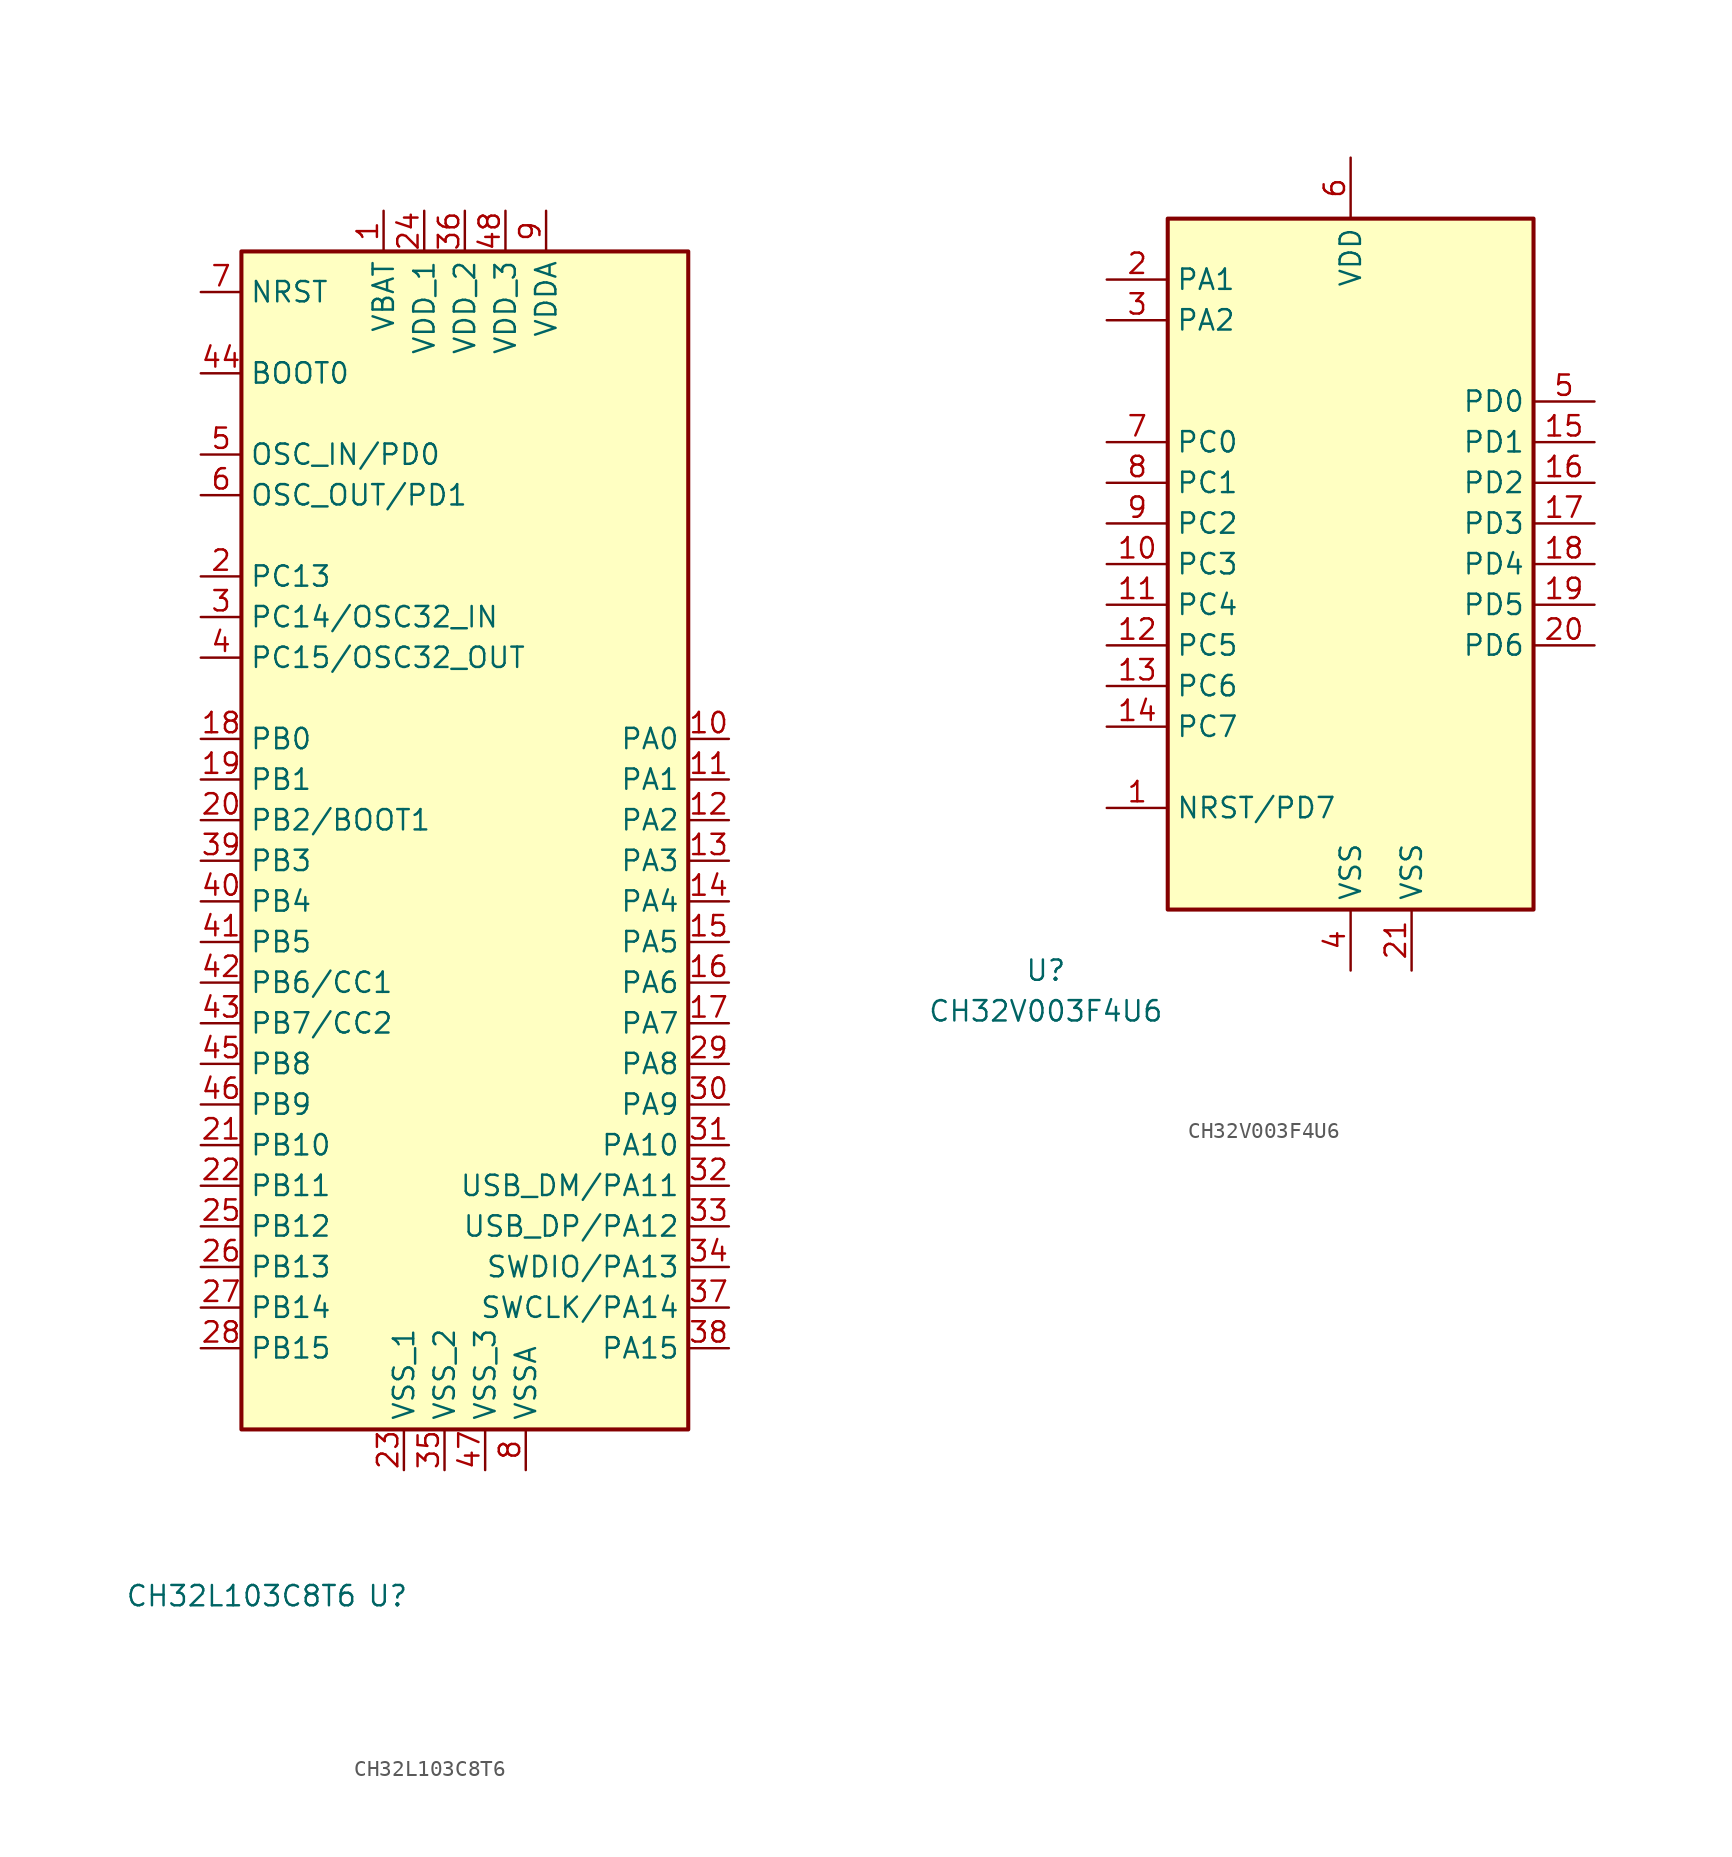
<source format=kicad_sym>
(kicad_symbol_lib
  (version 20231120)
  (generator "kicad_symbol_editor")
  (generator_version "8.0")
  (symbol "CH32L103C8T6"
    (property "Reference" "U"
      (at 0 0 0)
      (effects (font (size 1.27 1.27))))
    (property "Value" "CH32L103C8T6"
      (at -9.144 0 0)
      (effects (font (size 1.27 1.27))))
    (symbol "CH32L103C8T6_0_1"
      (rectangle (start -9.144 84.074) (end 18.796 10.414) (stroke (width 0.254) (type default)) (fill (type background))))
    (symbol "CH32L103C8T6_1_1"
      (pin power_in line (at -0.254 86.614 270) (length 2.54) (name "VBAT" (effects (font (size 1.27 1.27)))) (number "1" (effects (font (size 1.27 1.27)))))
      (pin bidirectional line (at 21.336 53.594 180) (length 2.54) (name "PA0" (effects (font (size 1.27 1.27)))) (number "10" (effects (font (size 1.27 1.27)))))
      (pin bidirectional line (at 21.336 51.054 180) (length 2.54) (name "PA1" (effects (font (size 1.27 1.27)))) (number "11" (effects (font (size 1.27 1.27)))))
      (pin bidirectional line (at 21.336 48.514 180) (length 2.54) (name "PA2" (effects (font (size 1.27 1.27)))) (number "12" (effects (font (size 1.27 1.27)))))
      (pin bidirectional line (at 21.336 45.974 180) (length 2.54) (name "PA3" (effects (font (size 1.27 1.27)))) (number "13" (effects (font (size 1.27 1.27)))))
      (pin bidirectional line (at 21.336 43.434 180) (length 2.54) (name "PA4" (effects (font (size 1.27 1.27)))) (number "14" (effects (font (size 1.27 1.27)))))
      (pin bidirectional line (at 21.336 40.894 180) (length 2.54) (name "PA5" (effects (font (size 1.27 1.27)))) (number "15" (effects (font (size 1.27 1.27)))))
      (pin bidirectional line (at 21.336 38.354 180) (length 2.54) (name "PA6" (effects (font (size 1.27 1.27)))) (number "16" (effects (font (size 1.27 1.27)))))
      (pin bidirectional line (at 21.336 35.814 180) (length 2.54) (name "PA7" (effects (font (size 1.27 1.27)))) (number "17" (effects (font (size 1.27 1.27)))))
      (pin bidirectional line (at -11.684 53.594 0) (length 2.54) (name "PB0" (effects (font (size 1.27 1.27)))) (number "18" (effects (font (size 1.27 1.27)))))
      (pin bidirectional line (at -11.684 51.054 0) (length 2.54) (name "PB1" (effects (font (size 1.27 1.27)))) (number "19" (effects (font (size 1.27 1.27)))))
      (pin bidirectional line (at -11.684 63.754 0) (length 2.54) (name "PC13" (effects (font (size 1.27 1.27)))) (number "2" (effects (font (size 1.27 1.27)))))
      (pin bidirectional line (at -11.684 48.514 0) (length 2.54) (name "PB2/BOOT1" (effects (font (size 1.27 1.27)))) (number "20" (effects (font (size 1.27 1.27)))))
      (pin bidirectional line (at -11.684 28.194 0) (length 2.54) (name "PB10" (effects (font (size 1.27 1.27)))) (number "21" (effects (font (size 1.27 1.27)))))
      (pin bidirectional line (at -11.684 25.654 0) (length 2.54) (name "PB11" (effects (font (size 1.27 1.27)))) (number "22" (effects (font (size 1.27 1.27)))))
      (pin power_in line (at 1.016 7.874 90) (length 2.54) (name "VSS_1" (effects (font (size 1.27 1.27)))) (number "23" (effects (font (size 1.27 1.27)))))
      (pin power_in line (at 2.286 86.614 270) (length 2.54) (name "VDD_1" (effects (font (size 1.27 1.27)))) (number "24" (effects (font (size 1.27 1.27)))))
      (pin bidirectional line (at -11.684 23.114 0) (length 2.54) (name "PB12" (effects (font (size 1.27 1.27)))) (number "25" (effects (font (size 1.27 1.27)))))
      (pin bidirectional line (at -11.684 20.574 0) (length 2.54) (name "PB13" (effects (font (size 1.27 1.27)))) (number "26" (effects (font (size 1.27 1.27)))))
      (pin bidirectional line (at -11.684 18.034 0) (length 2.54) (name "PB14" (effects (font (size 1.27 1.27)))) (number "27" (effects (font (size 1.27 1.27)))))
      (pin bidirectional line (at -11.684 15.494 0) (length 2.54) (name "PB15" (effects (font (size 1.27 1.27)))) (number "28" (effects (font (size 1.27 1.27)))))
      (pin bidirectional line (at 21.336 33.274 180) (length 2.54) (name "PA8" (effects (font (size 1.27 1.27)))) (number "29" (effects (font (size 1.27 1.27)))))
      (pin bidirectional line (at -11.684 61.214 0) (length 2.54) (name "PC14/OSC32_IN" (effects (font (size 1.27 1.27)))) (number "3" (effects (font (size 1.27 1.27)))))
      (pin bidirectional line (at 21.336 30.734 180) (length 2.54) (name "PA9" (effects (font (size 1.27 1.27)))) (number "30" (effects (font (size 1.27 1.27)))))
      (pin bidirectional line (at 21.336 28.194 180) (length 2.54) (name "PA10" (effects (font (size 1.27 1.27)))) (number "31" (effects (font (size 1.27 1.27)))))
      (pin bidirectional line (at 21.336 25.654 180) (length 2.54) (name "USB_DM/PA11" (effects (font (size 1.27 1.27)))) (number "32" (effects (font (size 1.27 1.27)))))
      (pin bidirectional line (at 21.336 23.114 180) (length 2.54) (name "USB_DP/PA12" (effects (font (size 1.27 1.27)))) (number "33" (effects (font (size 1.27 1.27)))))
      (pin bidirectional line (at 21.336 20.574 180) (length 2.54) (name "SWDIO/PA13" (effects (font (size 1.27 1.27)))) (number "34" (effects (font (size 1.27 1.27)))))
      (pin power_in line (at 3.556 7.874 90) (length 2.54) (name "VSS_2" (effects (font (size 1.27 1.27)))) (number "35" (effects (font (size 1.27 1.27)))))
      (pin power_in line (at 4.826 86.614 270) (length 2.54) (name "VDD_2" (effects (font (size 1.27 1.27)))) (number "36" (effects (font (size 1.27 1.27)))))
      (pin bidirectional line (at 21.336 18.034 180) (length 2.54) (name "SWCLK/PA14" (effects (font (size 1.27 1.27)))) (number "37" (effects (font (size 1.27 1.27)))))
      (pin bidirectional line (at 21.336 15.494 180) (length 2.54) (name "PA15" (effects (font (size 1.27 1.27)))) (number "38" (effects (font (size 1.27 1.27)))))
      (pin bidirectional line (at -11.684 45.974 0) (length 2.54) (name "PB3" (effects (font (size 1.27 1.27)))) (number "39" (effects (font (size 1.27 1.27)))))
      (pin bidirectional line (at -11.684 58.674 0) (length 2.54) (name "PC15/OSC32_OUT" (effects (font (size 1.27 1.27)))) (number "4" (effects (font (size 1.27 1.27)))))
      (pin bidirectional line (at -11.684 43.434 0) (length 2.54) (name "PB4" (effects (font (size 1.27 1.27)))) (number "40" (effects (font (size 1.27 1.27)))))
      (pin bidirectional line (at -11.684 40.894 0) (length 2.54) (name "PB5" (effects (font (size 1.27 1.27)))) (number "41" (effects (font (size 1.27 1.27)))))
      (pin bidirectional line (at -11.684 38.354 0) (length 2.54) (name "PB6/CC1" (effects (font (size 1.27 1.27)))) (number "42" (effects (font (size 1.27 1.27)))))
      (pin bidirectional line (at -11.684 35.814 0) (length 2.54) (name "PB7/CC2" (effects (font (size 1.27 1.27)))) (number "43" (effects (font (size 1.27 1.27)))))
      (pin input line (at -11.684 76.454 0) (length 2.54) (name "BOOT0" (effects (font (size 1.27 1.27)))) (number "44" (effects (font (size 1.27 1.27)))))
      (pin bidirectional line (at -11.684 33.274 0) (length 2.54) (name "PB8" (effects (font (size 1.27 1.27)))) (number "45" (effects (font (size 1.27 1.27)))))
      (pin bidirectional line (at -11.684 30.734 0) (length 2.54) (name "PB9" (effects (font (size 1.27 1.27)))) (number "46" (effects (font (size 1.27 1.27)))))
      (pin power_in line (at 6.096 7.874 90) (length 2.54) (name "VSS_3" (effects (font (size 1.27 1.27)))) (number "47" (effects (font (size 1.27 1.27)))))
      (pin power_in line (at 7.366 86.614 270) (length 2.54) (name "VDD_3" (effects (font (size 1.27 1.27)))) (number "48" (effects (font (size 1.27 1.27)))))
      (pin input line (at -11.684 71.374 0) (length 2.54) (name "OSC_IN/PD0" (effects (font (size 1.27 1.27)))) (number "5" (effects (font (size 1.27 1.27)))))
      (pin input line (at -11.684 68.834 0) (length 2.54) (name "OSC_OUT/PD1" (effects (font (size 1.27 1.27)))) (number "6" (effects (font (size 1.27 1.27)))))
      (pin input line (at -11.684 81.534 0) (length 2.54) (name "NRST" (effects (font (size 1.27 1.27)))) (number "7" (effects (font (size 1.27 1.27)))))
      (pin power_in line (at 8.636 7.874 90) (length 2.54) (name "VSSA" (effects (font (size 1.27 1.27)))) (number "8" (effects (font (size 1.27 1.27)))))
      (pin power_in line (at 9.906 86.614 270) (length 2.54) (name "VDDA" (effects (font (size 1.27 1.27)))) (number "9" (effects (font (size 1.27 1.27)))))))
  (symbol "CH32V003F4U6"
    (property "Reference" "U"
      (at -19.05 -26.67 0)
      (effects (font (size 1.27 1.27))))
    (property "Value" "CH32V003F4U6"
      (at -19.05 -29.21 0)
      (effects (font (size 1.27 1.27))))
    (symbol "CH32V003F4U6_0_1"
      (rectangle (start -11.43 20.32) (end 11.43 -22.86) (stroke (width 0.254) (type default)) (fill (type background))))
    (symbol "CH32V003F4U6_1_1"
      (pin bidirectional line (at -15.24 -16.51 0) (length 3.81) (name "NRST/PD7" (effects (font (size 1.27 1.27)))) (number "1" (effects (font (size 1.27 1.27)))))
      (pin bidirectional line (at -15.24 -1.27 0) (length 3.81) (name "PC3" (effects (font (size 1.27 1.27)))) (number "10" (effects (font (size 1.27 1.27)))))
      (pin bidirectional line (at -15.24 -3.81 0) (length 3.81) (name "PC4" (effects (font (size 1.27 1.27)))) (number "11" (effects (font (size 1.27 1.27)))))
      (pin bidirectional line (at -15.24 -6.35 0) (length 3.81) (name "PC5" (effects (font (size 1.27 1.27)))) (number "12" (effects (font (size 1.27 1.27)))))
      (pin bidirectional line (at -15.24 -8.89 0) (length 3.81) (name "PC6" (effects (font (size 1.27 1.27)))) (number "13" (effects (font (size 1.27 1.27)))))
      (pin bidirectional line (at -15.24 -11.43 0) (length 3.81) (name "PC7" (effects (font (size 1.27 1.27)))) (number "14" (effects (font (size 1.27 1.27)))))
      (pin bidirectional line (at 15.24 6.35 180) (length 3.81) (name "PD1" (effects (font (size 1.27 1.27)))) (number "15" (effects (font (size 1.27 1.27)))))
      (pin bidirectional line (at 15.24 3.81 180) (length 3.81) (name "PD2" (effects (font (size 1.27 1.27)))) (number "16" (effects (font (size 1.27 1.27)))))
      (pin bidirectional line (at 15.24 1.27 180) (length 3.81) (name "PD3" (effects (font (size 1.27 1.27)))) (number "17" (effects (font (size 1.27 1.27)))))
      (pin bidirectional line (at 15.24 -1.27 180) (length 3.81) (name "PD4" (effects (font (size 1.27 1.27)))) (number "18" (effects (font (size 1.27 1.27)))))
      (pin bidirectional line (at 15.24 -3.81 180) (length 3.81) (name "PD5" (effects (font (size 1.27 1.27)))) (number "19" (effects (font (size 1.27 1.27)))))
      (pin bidirectional line (at -15.24 16.51 0) (length 3.81) (name "PA1" (effects (font (size 1.27 1.27)))) (number "2" (effects (font (size 1.27 1.27)))))
      (pin bidirectional line (at 15.24 -6.35 180) (length 3.81) (name "PD6" (effects (font (size 1.27 1.27)))) (number "20" (effects (font (size 1.27 1.27)))))
      (pin power_in line (at 3.81 -26.67 90) (length 3.81) (name "VSS" (effects (font (size 1.27 1.27)))) (number "21" (effects (font (size 1.27 1.27)))))
      (pin bidirectional line (at -15.24 13.97 0) (length 3.81) (name "PA2" (effects (font (size 1.27 1.27)))) (number "3" (effects (font (size 1.27 1.27)))))
      (pin power_in line (at 0 -26.67 90) (length 3.81) (name "VSS" (effects (font (size 1.27 1.27)))) (number "4" (effects (font (size 1.27 1.27)))))
      (pin passive line (at 15.24 8.89 180) (length 3.81) (name "PD0" (effects (font (size 1.27 1.27)))) (number "5" (effects (font (size 1.27 1.27)))))
      (pin power_in line (at 0 24.13 270) (length 3.81) (name "VDD" (effects (font (size 1.27 1.27)))) (number "6" (effects (font (size 1.27 1.27)))))
      (pin bidirectional line (at -15.24 6.35 0) (length 3.81) (name "PC0" (effects (font (size 1.27 1.27)))) (number "7" (effects (font (size 1.27 1.27)))))
      (pin bidirectional line (at -15.24 3.81 0) (length 3.81) (name "PC1" (effects (font (size 1.27 1.27)))) (number "8" (effects (font (size 1.27 1.27)))))
      (pin bidirectional line (at -15.24 1.27 0) (length 3.81) (name "PC2" (effects (font (size 1.27 1.27)))) (number "9" (effects (font (size 1.27 1.27))))))))
</source>
